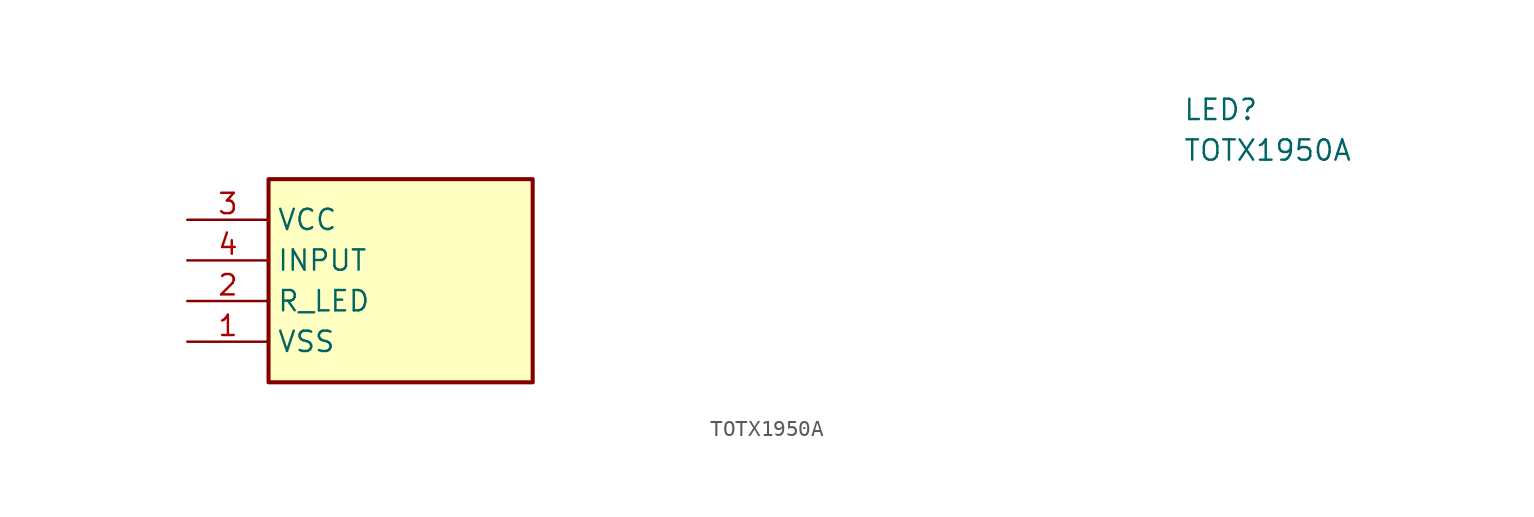
<source format=kicad_sym>
(kicad_symbol_lib
  (version 20241209)
  (generator "kicad_symbol_editor")
  (generator_version "9.0")
  (symbol "TOTX1950A"
    (property "Reference" "LED"
      (at 62.23 7.62 0)
      (effects (font (size 1.27 1.27)) (justify left top)))
    (property "Value" "TOTX1950A"
      (at 62.23 5.08 0)
      (effects (font (size 1.27 1.27)) (justify left top)))
    (symbol "TOTX1950A_1_1"
      (rectangle (start 5.08 2.54) (end 21.59 -10.16) (stroke (width 0.254) (type default)) (fill (type background)))
      (pin power_in line (at 0 0 0) (length 5.08) (name "VCC" (effects (font (size 1.27 1.27)))) (number "3" (effects (font (size 1.27 1.27)))))
      (pin input line (at 0 -2.54 0) (length 5.08) (name "INPUT" (effects (font (size 1.27 1.27)))) (number "4" (effects (font (size 1.27 1.27)))))
      (pin power_in line (at 0 -5.08 0) (length 5.08) (name "R_LED" (effects (font (size 1.27 1.27)))) (number "2" (effects (font (size 1.27 1.27)))))
      (pin power_in line (at 0 -7.62 0) (length 5.08) (name "VSS" (effects (font (size 1.27 1.27)))) (number "1" (effects (font (size 1.27 1.27)))))
      (pin passive line (at 26.67 0 180) (length 5.08) (hide yes) (name "N.C_2" (effects (font (size 1.27 1.27)))) (number "6" (effects (font (size 1.27 1.27)))))
      (pin passive line (at 26.67 -2.54 180) (length 5.08) (hide yes) (name "N.C_1" (effects (font (size 1.27 1.27)))) (number "5" (effects (font (size 1.27 1.27))))))))
</source>
